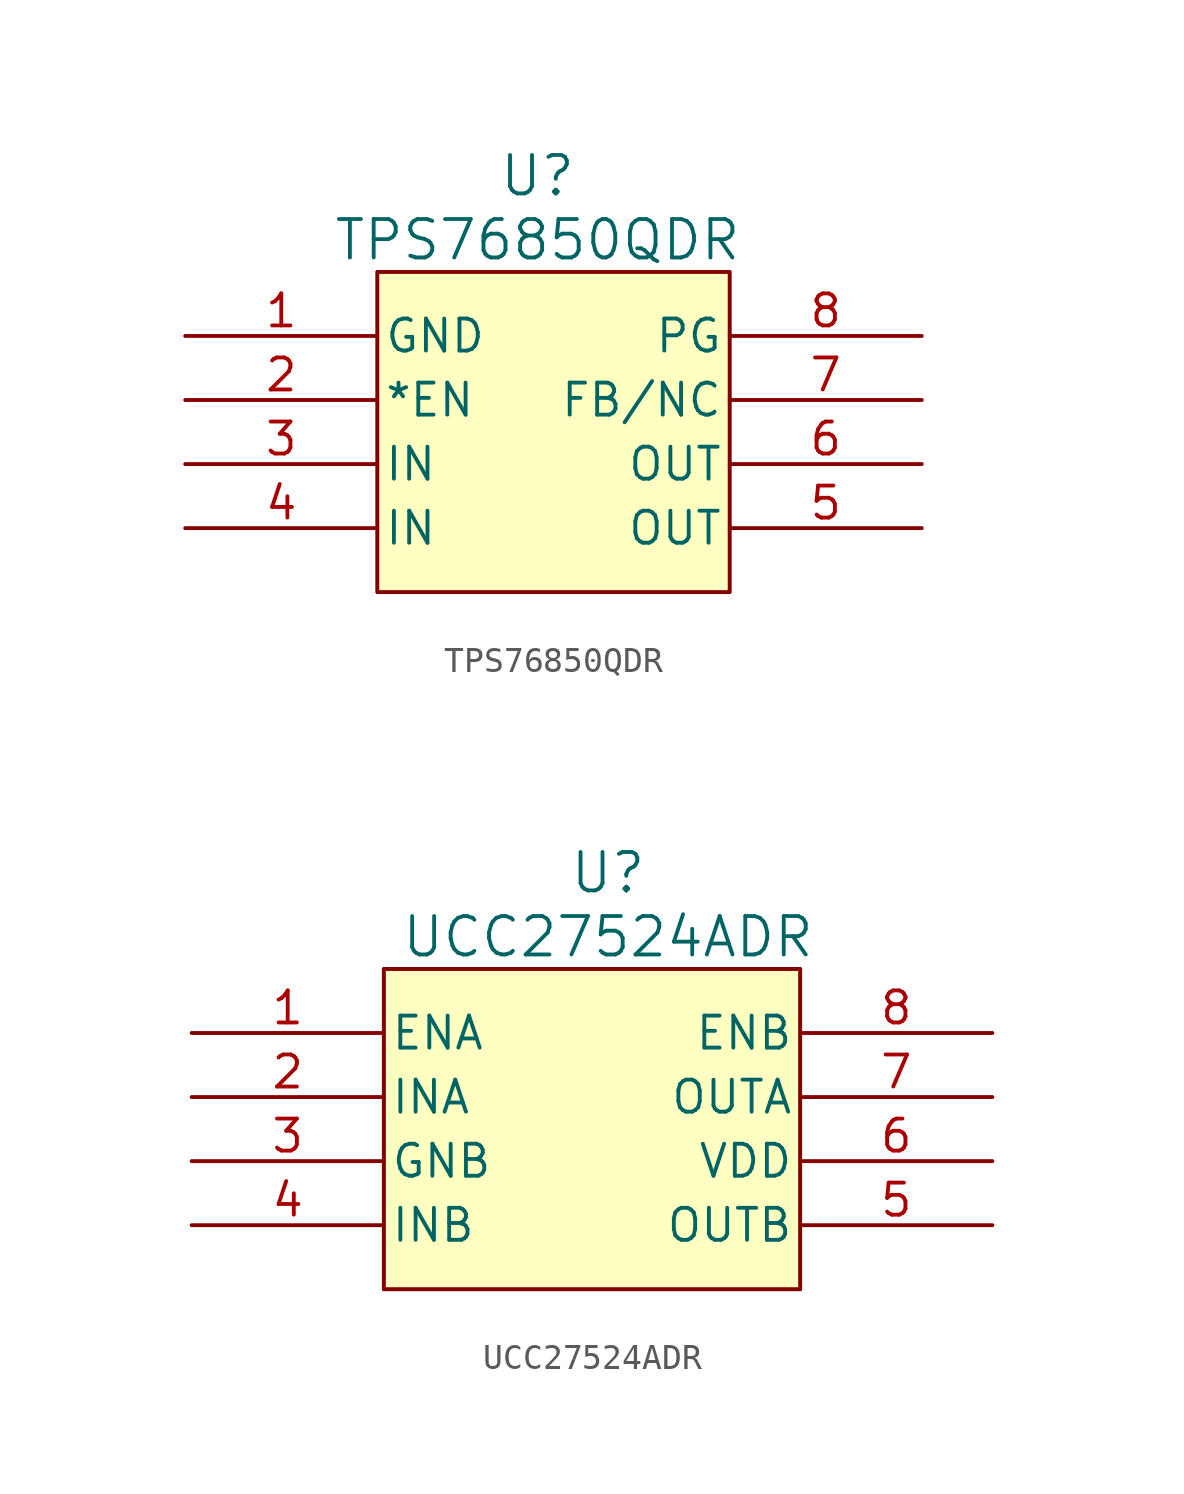
<source format=kicad_sym>
(kicad_symbol_lib
  (version 20220914)
  (generator kicad_symbol_editor)
  (symbol "TPS76850QDR"
    (pin_names
      (offset 0.254))
    (property "Reference" "U"
      (at 45.72 6.35 0)
      (effects (font (size 1.524 1.524))))
    (property "Value" "TPS76850QDR"
      (at 45.72 3.81 0)
      (effects (font (size 1.524 1.524))))
    (property "ki_locked" ""
      (at 0 0 0)
      (effects (font (size 1.27 1.27))))
    (symbol "TPS76850QDR_0_1"
      (polyline (pts (xy 39.37 -10.16) (xy 53.34 -10.16)) (stroke (width 0.127) (type default)) (fill (type none)))
      (polyline (pts (xy 39.37 2.54) (xy 39.37 -10.16)) (stroke (width 0.127) (type default)) (fill (type none)))
      (polyline (pts (xy 53.34 -10.16) (xy 53.34 2.54)) (stroke (width 0.127) (type default)) (fill (type none)))
      (polyline (pts (xy 53.34 2.54) (xy 39.37 2.54)) (stroke (width 0.127) (type default)) (fill (type none)))
      (pin power_in line (at 31.75 0 0) (length 7.62) (name "GND" (effects (font (size 1.27 1.27)))) (number "1" (effects (font (size 1.27 1.27)))))
      (pin input line (at 31.75 -2.54 0) (length 7.62) (name "*EN" (effects (font (size 1.27 1.27)))) (number "2" (effects (font (size 1.27 1.27)))))
      (pin input line (at 31.75 -5.08 0) (length 7.62) (name "IN" (effects (font (size 1.27 1.27)))) (number "3" (effects (font (size 1.27 1.27)))))
      (pin input line (at 31.75 -7.62 0) (length 7.62) (name "IN" (effects (font (size 1.27 1.27)))) (number "4" (effects (font (size 1.27 1.27)))))
      (pin output line (at 60.96 -7.62 180) (length 7.62) (name "OUT" (effects (font (size 1.27 1.27)))) (number "5" (effects (font (size 1.27 1.27)))))
      (pin output line (at 60.96 -5.08 180) (length 7.62) (name "OUT" (effects (font (size 1.27 1.27)))) (number "6" (effects (font (size 1.27 1.27)))))
      (pin bidirectional line (at 60.96 -2.54 180) (length 7.62) (name "FB/NC" (effects (font (size 1.27 1.27)))) (number "7" (effects (font (size 1.27 1.27)))))
      (pin output line (at 60.96 0 180) (length 7.62) (name "PG" (effects (font (size 1.27 1.27)))) (number "8" (effects (font (size 1.27 1.27))))))
    (symbol "TPS76850QDR_1_1"
      (rectangle (start 39.37 2.54) (end 53.34 -10.16) (stroke (width 0) (type default)) (fill (type background)))))
  (symbol "UCC27524ADR"
    (pin_names
      (offset 0.254))
    (property "Reference" "U"
      (at 40.64 6.35 0)
      (effects (font (size 1.524 1.524))))
    (property "Value" "UCC27524ADR"
      (at 40.64 3.81 0)
      (effects (font (size 1.524 1.524))))
    (property "ki_locked" ""
      (at 0 0 0)
      (effects (font (size 1.27 1.27))))
    (symbol "UCC27524ADR_0_1"
      (polyline (pts (xy 31.75 -10.16) (xy 48.26 -10.16)) (stroke (width 0.127) (type default)) (fill (type none)))
      (polyline (pts (xy 31.75 2.54) (xy 31.75 -10.16)) (stroke (width 0.127) (type default)) (fill (type none)))
      (polyline (pts (xy 48.26 -10.16) (xy 48.26 2.54)) (stroke (width 0.127) (type default)) (fill (type none)))
      (polyline (pts (xy 48.26 2.54) (xy 31.75 2.54)) (stroke (width 0.127) (type default)) (fill (type none)))
      (pin input line (at 24.13 0 0) (length 7.62) (name "ENA" (effects (font (size 1.27 1.27)))) (number "1" (effects (font (size 1.27 1.27)))))
      (pin input line (at 24.13 -2.54 0) (length 7.62) (name "INA" (effects (font (size 1.27 1.27)))) (number "2" (effects (font (size 1.27 1.27)))))
      (pin power_in line (at 24.13 -5.08 0) (length 7.62) (name "GNB" (effects (font (size 1.27 1.27)))) (number "3" (effects (font (size 1.27 1.27)))))
      (pin input line (at 24.13 -7.62 0) (length 7.62) (name "INB" (effects (font (size 1.27 1.27)))) (number "4" (effects (font (size 1.27 1.27)))))
      (pin output line (at 55.88 -7.62 180) (length 7.62) (name "OUTB" (effects (font (size 1.27 1.27)))) (number "5" (effects (font (size 1.27 1.27)))))
      (pin input line (at 55.88 -5.08 180) (length 7.62) (name "VDD" (effects (font (size 1.27 1.27)))) (number "6" (effects (font (size 1.27 1.27)))))
      (pin output line (at 55.88 -2.54 180) (length 7.62) (name "OUTA" (effects (font (size 1.27 1.27)))) (number "7" (effects (font (size 1.27 1.27)))))
      (pin input line (at 55.88 0 180) (length 7.62) (name "ENB" (effects (font (size 1.27 1.27)))) (number "8" (effects (font (size 1.27 1.27))))))
    (symbol "UCC27524ADR_1_1"
      (rectangle (start 31.75 2.54) (end 48.26 -10.16) (stroke (width 0) (type default)) (fill (type background))))))
</source>
